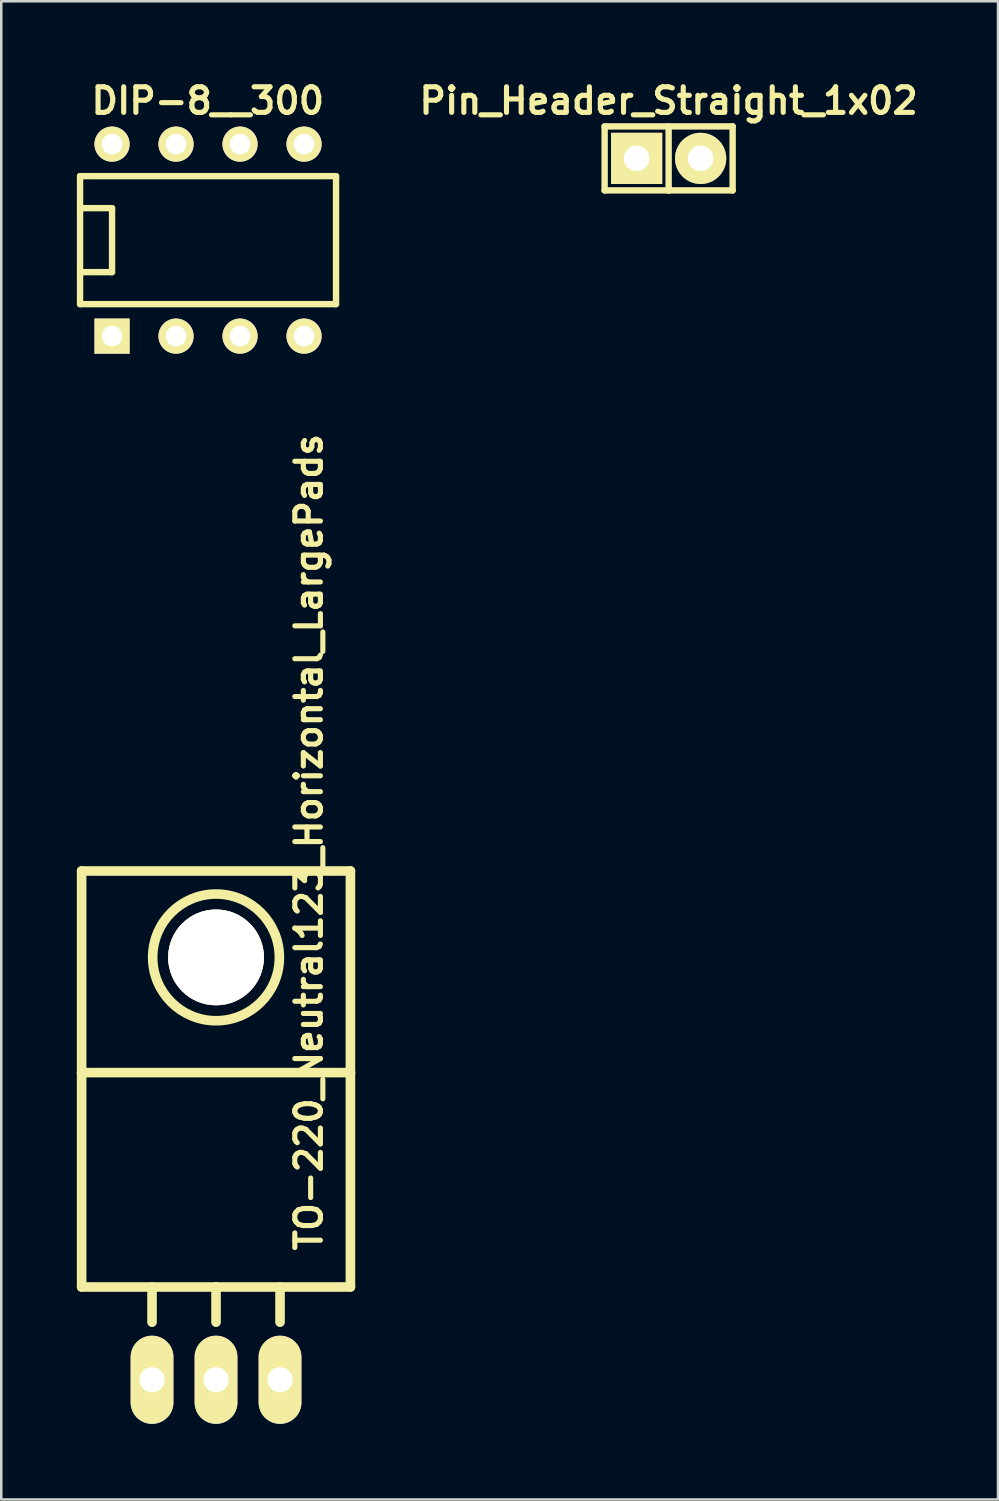
<source format=kicad_pcb>
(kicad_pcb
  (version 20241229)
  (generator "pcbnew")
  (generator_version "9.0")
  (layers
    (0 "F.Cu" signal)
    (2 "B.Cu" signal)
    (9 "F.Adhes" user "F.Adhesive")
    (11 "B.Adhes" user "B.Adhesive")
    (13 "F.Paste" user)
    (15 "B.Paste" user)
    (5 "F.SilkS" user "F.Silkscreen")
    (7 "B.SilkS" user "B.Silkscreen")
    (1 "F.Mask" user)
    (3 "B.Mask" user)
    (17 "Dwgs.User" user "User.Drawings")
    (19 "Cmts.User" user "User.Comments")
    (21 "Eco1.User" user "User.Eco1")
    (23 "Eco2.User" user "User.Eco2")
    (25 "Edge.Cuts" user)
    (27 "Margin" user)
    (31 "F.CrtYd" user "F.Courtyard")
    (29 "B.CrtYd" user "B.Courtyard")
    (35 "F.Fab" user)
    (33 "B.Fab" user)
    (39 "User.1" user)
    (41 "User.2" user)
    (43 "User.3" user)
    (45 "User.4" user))
  (footprint "Pin_Header_Straight_1x02"
    (layer "F.Cu")
    (at 23.487 3.237)
    (property "Reference" "Pin_Header_Straight_1x02" (at 0 -2.286 0) (layer "F.SilkS") (effects (font (size 1.016 1.016) (thickness 0.203))))
    (attr through_hole)
    (fp_line (start -2.54 -1.27) (end -2.54 1.27) (stroke (width 0.254) (type solid)) (layer "F.SilkS"))
    (fp_line (start -2.54 1.27) (end 0 1.27) (stroke (width 0.254) (type solid)) (layer "F.SilkS"))
    (fp_line (start 0 -1.27) (end 0 1.27) (stroke (width 0.254) (type solid)) (layer "F.SilkS"))
    (fp_line (start 0 1.27) (end 2.54 1.27) (stroke (width 0.254) (type solid)) (layer "F.SilkS"))
    (fp_line (start 2.54 -1.27) (end -2.54 -1.27) (stroke (width 0.254) (type solid)) (layer "F.SilkS"))
    (fp_line (start 2.54 1.27) (end 2.54 -1.27) (stroke (width 0.254) (type solid)) (layer "F.SilkS"))
    (pad "1" thru_hole rect (at -1.27 0) (size 2.032 2.032) (drill 1.016) (layers "*.Cu" "*.Mask" "F.SilkS"))
    (pad "2" thru_hole oval (at 1.27 0) (size 2.032 2.032) (drill 1.016) (layers "*.Cu" "*.Mask" "F.SilkS")))
  (footprint "TO-220_Neutral123_Horizontal_LargePads"
    (layer "F.Cu")
    (at 5.524 51.712)
    (property "Reference" "TO-220_Neutral123_Horizontal_LargePads" (at 3.683 -21.336 90) (layer "F.SilkS") (effects (font (size 1.016 1.016) (thickness 0.203))))
    (attr through_hole)
    (fp_line (start -5.334 -20.193) (end -5.334 -12.192) (stroke (width 0.381) (type solid)) (layer "F.SilkS"))
    (fp_line (start -5.334 -12.192) (end -5.334 -3.683) (stroke (width 0.381) (type solid)) (layer "F.SilkS"))
    (fp_line (start -2.54 -3.683) (end -2.54 -2.286) (stroke (width 0.381) (type solid)) (layer "F.SilkS"))
    (fp_line (start 0 -3.683) (end -5.334 -3.683) (stroke (width 0.381) (type solid)) (layer "F.SilkS"))
    (fp_line (start 0 -3.683) (end 0 -2.286) (stroke (width 0.381) (type solid)) (layer "F.SilkS"))
    (fp_line (start 0 -3.683) (end 5.334 -3.683) (stroke (width 0.381) (type solid)) (layer "F.SilkS"))
    (fp_line (start 2.54 -3.683) (end 2.54 -2.286) (stroke (width 0.381) (type solid)) (layer "F.SilkS"))
    (fp_line (start 5.334 -20.193) (end -5.334 -20.193) (stroke (width 0.381) (type solid)) (layer "F.SilkS"))
    (fp_line (start 5.334 -12.192) (end -5.334 -12.192) (stroke (width 0.381) (type solid)) (layer "F.SilkS"))
    (fp_line (start 5.334 -12.192) (end 5.334 -20.193) (stroke (width 0.381) (type solid)) (layer "F.SilkS"))
    (fp_line (start 5.334 -3.683) (end 5.334 -12.192) (stroke (width 0.381) (type solid)) (layer "F.SilkS"))
    (fp_circle (center 0 -16.764) (end 1.778 -14.986) (stroke (width 0.381) (type solid)) (fill no) (layer "F.SilkS"))
    (pad "" thru_hole circle (at 0 -16.764 90) (size 3.8 3.8) (drill 3.8) (layers "*.Cu" "*.Mask" "F.SilkS"))
    (pad "1" thru_hole oval (at -2.54 0 90) (size 3.5 1.699) (drill 1.001) (layers "*.Cu" "*.Mask" "F.SilkS"))
    (pad "2" thru_hole oval (at 0 0 90) (size 3.5 1.699) (drill 1.001) (layers "*.Cu" "*.Mask" "F.SilkS"))
    (pad "3" thru_hole oval (at 2.54 0 90) (size 3.5 1.699) (drill 1.001) (layers "*.Cu" "*.Mask" "F.SilkS")))
  (footprint "DIP-8__300"
    (layer "F.Cu")
    (at 5.207 6.481)
    (property "Reference" "DIP-8__300" (at -0.01 -5.53 0) (layer "F.SilkS") (effects (font (size 1.016 1.016) (thickness 0.203))))
    (attr through_hole)
    (fp_line (start -5.08 -2.54) (end 5.08 -2.54) (stroke (width 0.254) (type solid)) (layer "F.SilkS"))
    (fp_line (start -5.08 -1.27) (end -3.81 -1.27) (stroke (width 0.254) (type solid)) (layer "F.SilkS"))
    (fp_line (start -5.08 2.54) (end -5.08 -2.54) (stroke (width 0.254) (type solid)) (layer "F.SilkS"))
    (fp_line (start -3.81 -1.27) (end -3.81 1.27) (stroke (width 0.254) (type solid)) (layer "F.SilkS"))
    (fp_line (start -3.81 1.27) (end -5.08 1.27) (stroke (width 0.254) (type solid)) (layer "F.SilkS"))
    (fp_line (start 5.08 -2.54) (end 5.08 2.54) (stroke (width 0.254) (type solid)) (layer "F.SilkS"))
    (fp_line (start 5.08 2.54) (end -5.08 2.54) (stroke (width 0.254) (type solid)) (layer "F.SilkS"))
    (pad "1" thru_hole rect (at -3.81 3.81) (size 1.397 1.397) (drill 0.813) (layers "*.Cu" "*.Mask" "F.SilkS"))
    (pad "2" thru_hole circle (at -1.27 3.81) (size 1.397 1.397) (drill 0.813) (layers "*.Cu" "*.Mask" "F.SilkS"))
    (pad "3" thru_hole circle (at 1.27 3.81) (size 1.397 1.397) (drill 0.813) (layers "*.Cu" "*.Mask" "F.SilkS"))
    (pad "4" thru_hole circle (at 3.81 3.81) (size 1.397 1.397) (drill 0.813) (layers "*.Cu" "*.Mask" "F.SilkS"))
    (pad "5" thru_hole circle (at 3.81 -3.81) (size 1.397 1.397) (drill 0.813) (layers "*.Cu" "*.Mask" "F.SilkS"))
    (pad "6" thru_hole circle (at 1.27 -3.81) (size 1.397 1.397) (drill 0.813) (layers "*.Cu" "*.Mask" "F.SilkS"))
    (pad "7" thru_hole circle (at -1.27 -3.81) (size 1.397 1.397) (drill 0.813) (layers "*.Cu" "*.Mask" "F.SilkS"))
    (pad "8" thru_hole circle (at -3.81 -3.81) (size 1.397 1.397) (drill 0.813) (layers "*.Cu" "*.Mask" "F.SilkS")))
  (gr_rect
    (start -3 -3)
    (end 36.56 56.462)
    (stroke (width 0.1) (type default))
    (fill no)
    (layer "Edge.Cuts")))
</source>
